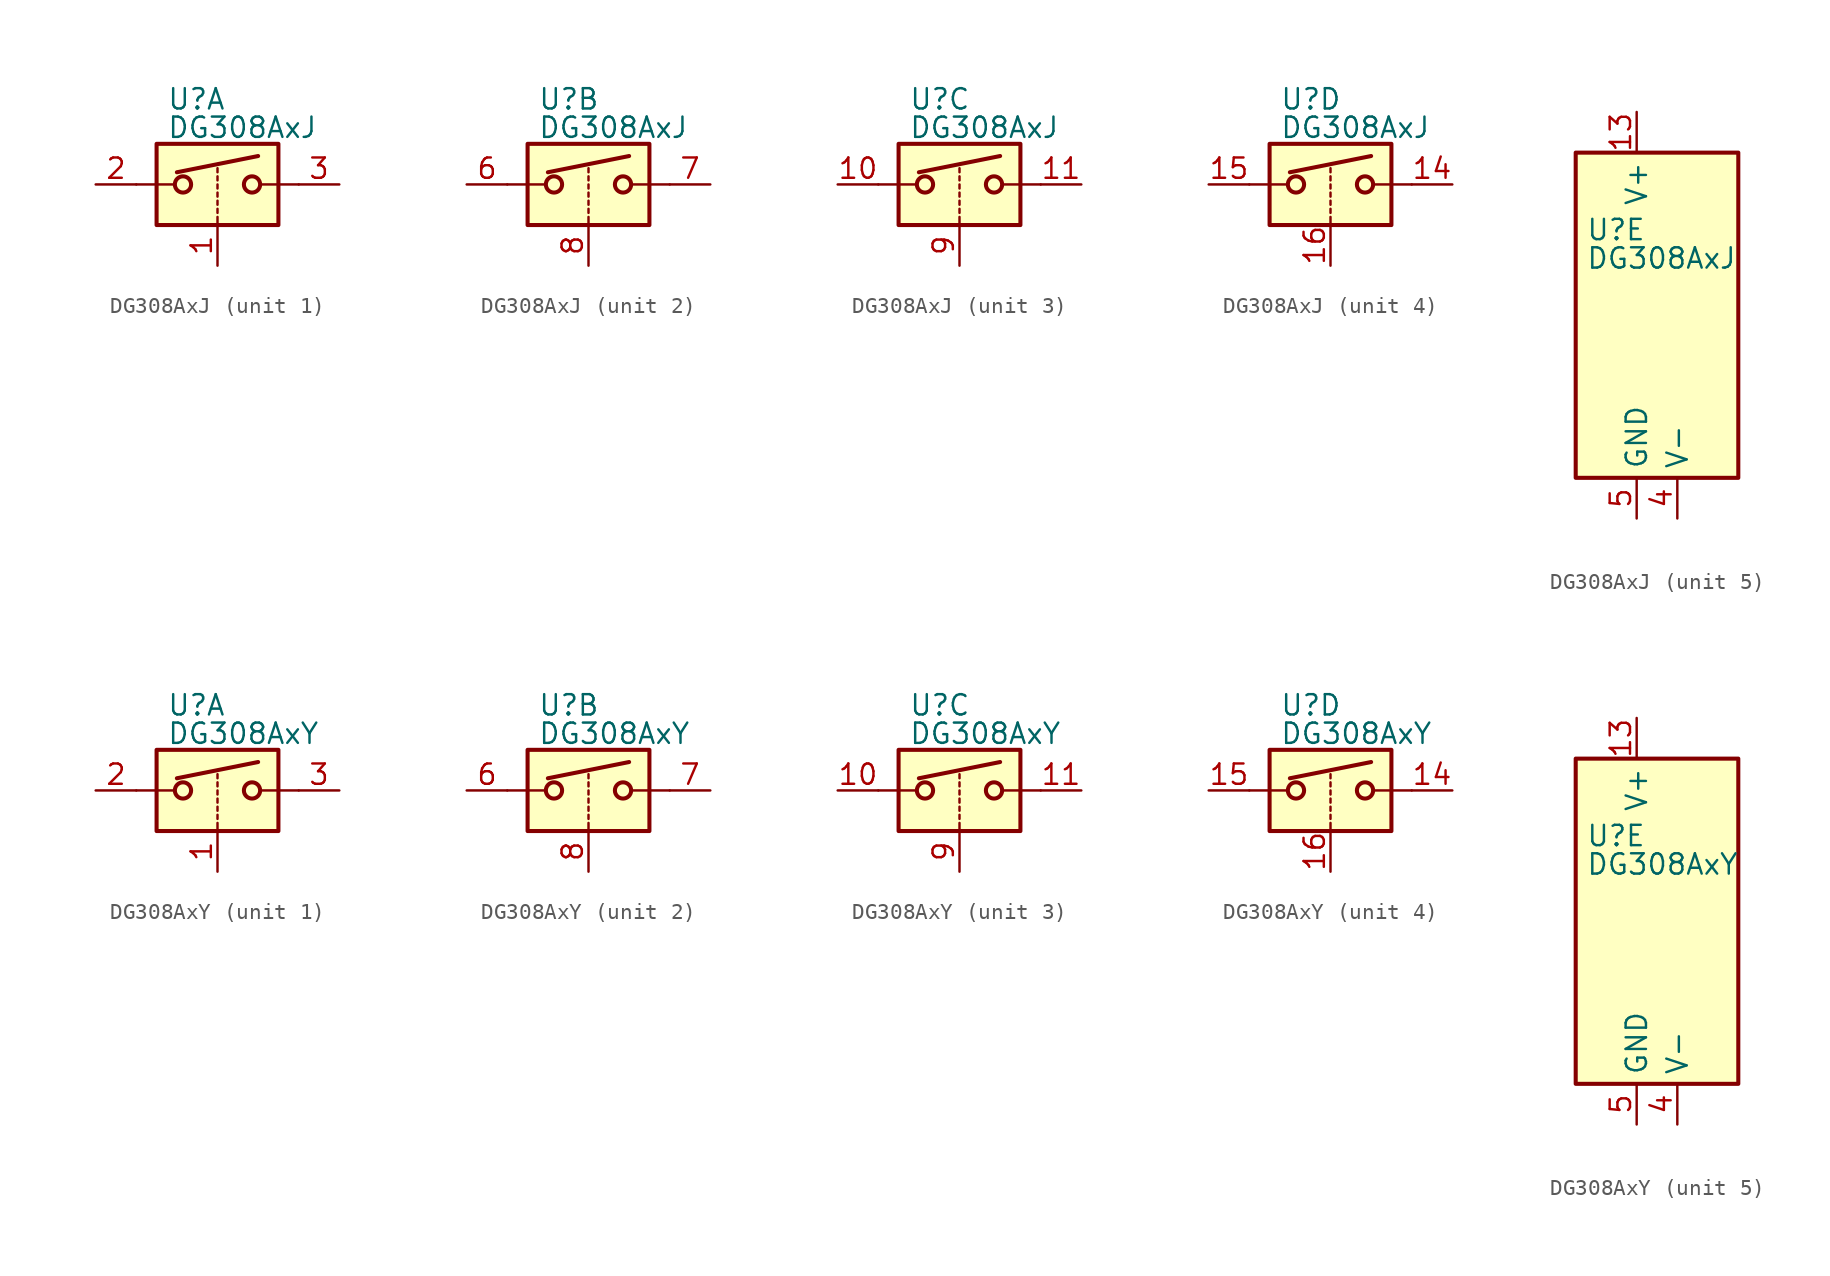
<source format=kicad_sym>
(kicad_symbol_lib
  (version 20201005)
  (generator kicad_symbol_editor)
  (symbol "DG308AxJ"
    (property "Reference" "U"
      (at -3.175 5.334 0)
      (effects (font (size 1.27 1.27)) (justify left)))
    (property "Value" "DG308AxJ"
      (at -3.175 3.556 0)
      (effects (font (size 1.27 1.27)) (justify left)))
    (symbol "DG308AxJ_1_1"
      (circle (center -2.159 0) (radius 0.508) (stroke (width 0.254)) (fill (type none)))
      (circle (center 2.159 0) (radius 0.508) (stroke (width 0.254)) (fill (type none)))
      (rectangle (start -3.81 2.54) (end 3.81 -2.54) (stroke (width 0.254)) (fill (type background)))
      (polyline (pts (xy -5.08 0) (xy -2.794 0)) (stroke (width 0)) (fill (type none)))
      (polyline (pts (xy -2.54 0.762) (xy 2.54 1.778)) (stroke (width 0.254)) (fill (type none)))
      (polyline (pts (xy 0 -2.54) (xy 0 -2.032)) (stroke (width 0)) (fill (type none)))
      (polyline (pts (xy 0 -1.778) (xy 0 -1.524)) (stroke (width 0)) (fill (type none)))
      (polyline (pts (xy 0 -1.27) (xy 0 -1.016)) (stroke (width 0)) (fill (type none)))
      (polyline (pts (xy 0 -0.762) (xy 0 -0.508)) (stroke (width 0)) (fill (type none)))
      (polyline (pts (xy 0 -0.254) (xy 0 0)) (stroke (width 0)) (fill (type none)))
      (polyline (pts (xy 0 0.254) (xy 0 0.508)) (stroke (width 0)) (fill (type none)))
      (polyline (pts (xy 0 0.762) (xy 0 1.016)) (stroke (width 0)) (fill (type none)))
      (polyline (pts (xy 5.08 0) (xy 2.794 0)) (stroke (width 0)) (fill (type none)))
      (pin input line (at 0 -5.08 90) (length 2.54) (name "~" (effects (font (size 1.27 1.27)))) (number "1" (effects (font (size 1.27 1.27)))))
      (pin passive line (at -7.62 0 0) (length 2.54) (name "~" (effects (font (size 1.27 1.27)))) (number "2" (effects (font (size 1.27 1.27)))))
      (pin passive line (at 7.62 0 180) (length 2.54) (name "~" (effects (font (size 1.27 1.27)))) (number "3" (effects (font (size 1.27 1.27))))))
    (symbol "DG308AxJ_2_1"
      (circle (center -2.159 0) (radius 0.508) (stroke (width 0.254)) (fill (type none)))
      (circle (center 2.159 0) (radius 0.508) (stroke (width 0.254)) (fill (type none)))
      (rectangle (start -3.81 2.54) (end 3.81 -2.54) (stroke (width 0.254)) (fill (type background)))
      (polyline (pts (xy -5.08 0) (xy -2.794 0)) (stroke (width 0)) (fill (type none)))
      (polyline (pts (xy -2.54 0.762) (xy 2.54 1.778)) (stroke (width 0.254)) (fill (type none)))
      (polyline (pts (xy 0 -2.54) (xy 0 -2.032)) (stroke (width 0)) (fill (type none)))
      (polyline (pts (xy 0 -1.778) (xy 0 -1.524)) (stroke (width 0)) (fill (type none)))
      (polyline (pts (xy 0 -1.27) (xy 0 -1.016)) (stroke (width 0)) (fill (type none)))
      (polyline (pts (xy 0 -0.762) (xy 0 -0.508)) (stroke (width 0)) (fill (type none)))
      (polyline (pts (xy 0 -0.254) (xy 0 0)) (stroke (width 0)) (fill (type none)))
      (polyline (pts (xy 0 0.254) (xy 0 0.508)) (stroke (width 0)) (fill (type none)))
      (polyline (pts (xy 0 0.762) (xy 0 1.016)) (stroke (width 0)) (fill (type none)))
      (polyline (pts (xy 5.08 0) (xy 2.794 0)) (stroke (width 0)) (fill (type none)))
      (pin passive line (at -7.62 0 0) (length 2.54) (name "~" (effects (font (size 1.27 1.27)))) (number "6" (effects (font (size 1.27 1.27)))))
      (pin passive line (at 7.62 0 180) (length 2.54) (name "~" (effects (font (size 1.27 1.27)))) (number "7" (effects (font (size 1.27 1.27)))))
      (pin input line (at 0 -5.08 90) (length 2.54) (name "~" (effects (font (size 1.27 1.27)))) (number "8" (effects (font (size 1.27 1.27))))))
    (symbol "DG308AxJ_3_1"
      (circle (center -2.159 0) (radius 0.508) (stroke (width 0.254)) (fill (type none)))
      (circle (center 2.159 0) (radius 0.508) (stroke (width 0.254)) (fill (type none)))
      (rectangle (start -3.81 2.54) (end 3.81 -2.54) (stroke (width 0.254)) (fill (type background)))
      (polyline (pts (xy -5.08 0) (xy -2.794 0)) (stroke (width 0)) (fill (type none)))
      (polyline (pts (xy -2.54 0.762) (xy 2.54 1.778)) (stroke (width 0.254)) (fill (type none)))
      (polyline (pts (xy 0 -2.54) (xy 0 -2.032)) (stroke (width 0)) (fill (type none)))
      (polyline (pts (xy 0 -1.778) (xy 0 -1.524)) (stroke (width 0)) (fill (type none)))
      (polyline (pts (xy 0 -1.27) (xy 0 -1.016)) (stroke (width 0)) (fill (type none)))
      (polyline (pts (xy 0 -0.762) (xy 0 -0.508)) (stroke (width 0)) (fill (type none)))
      (polyline (pts (xy 0 -0.254) (xy 0 0)) (stroke (width 0)) (fill (type none)))
      (polyline (pts (xy 0 0.254) (xy 0 0.508)) (stroke (width 0)) (fill (type none)))
      (polyline (pts (xy 0 0.762) (xy 0 1.016)) (stroke (width 0)) (fill (type none)))
      (polyline (pts (xy 5.08 0) (xy 2.794 0)) (stroke (width 0)) (fill (type none)))
      (pin passive line (at -7.62 0 0) (length 2.54) (name "~" (effects (font (size 1.27 1.27)))) (number "10" (effects (font (size 1.27 1.27)))))
      (pin passive line (at 7.62 0 180) (length 2.54) (name "~" (effects (font (size 1.27 1.27)))) (number "11" (effects (font (size 1.27 1.27)))))
      (pin input line (at 0 -5.08 90) (length 2.54) (name "~" (effects (font (size 1.27 1.27)))) (number "9" (effects (font (size 1.27 1.27))))))
    (symbol "DG308AxJ_4_1"
      (circle (center -2.159 0) (radius 0.508) (stroke (width 0.254)) (fill (type none)))
      (circle (center 2.159 0) (radius 0.508) (stroke (width 0.254)) (fill (type none)))
      (rectangle (start -3.81 2.54) (end 3.81 -2.54) (stroke (width 0.254)) (fill (type background)))
      (polyline (pts (xy -5.08 0) (xy -2.794 0)) (stroke (width 0)) (fill (type none)))
      (polyline (pts (xy -2.54 0.762) (xy 2.54 1.778)) (stroke (width 0.254)) (fill (type none)))
      (polyline (pts (xy 0 -2.54) (xy 0 -2.032)) (stroke (width 0)) (fill (type none)))
      (polyline (pts (xy 0 -1.778) (xy 0 -1.524)) (stroke (width 0)) (fill (type none)))
      (polyline (pts (xy 0 -1.27) (xy 0 -1.016)) (stroke (width 0)) (fill (type none)))
      (polyline (pts (xy 0 -0.762) (xy 0 -0.508)) (stroke (width 0)) (fill (type none)))
      (polyline (pts (xy 0 -0.254) (xy 0 0)) (stroke (width 0)) (fill (type none)))
      (polyline (pts (xy 0 0.254) (xy 0 0.508)) (stroke (width 0)) (fill (type none)))
      (polyline (pts (xy 0 0.762) (xy 0 1.016)) (stroke (width 0)) (fill (type none)))
      (polyline (pts (xy 5.08 0) (xy 2.794 0)) (stroke (width 0)) (fill (type none)))
      (pin passive line (at 7.62 0 180) (length 2.54) (name "~" (effects (font (size 1.27 1.27)))) (number "14" (effects (font (size 1.27 1.27)))))
      (pin passive line (at -7.62 0 0) (length 2.54) (name "~" (effects (font (size 1.27 1.27)))) (number "15" (effects (font (size 1.27 1.27)))))
      (pin input line (at 0 -5.08 90) (length 2.54) (name "~" (effects (font (size 1.27 1.27)))) (number "16" (effects (font (size 1.27 1.27))))))
    (symbol "DG308AxJ_5_0"
      (pin no_connect line (at 2.54 10.16 270) (length 2.54) hide (name "NC" (effects (font (size 1.27 1.27)))) (number "12" (effects (font (size 1.27 1.27)))))
      (pin power_in line (at 0 12.7 270) (length 2.54) (name "V+" (effects (font (size 1.27 1.27)))) (number "13" (effects (font (size 1.27 1.27)))))
      (pin power_in line (at 2.54 -12.7 90) (length 2.54) (name "V-" (effects (font (size 1.27 1.27)))) (number "4" (effects (font (size 1.27 1.27)))))
      (pin power_in line (at 0 -12.7 90) (length 2.54) (name "GND" (effects (font (size 1.27 1.27)))) (number "5" (effects (font (size 1.27 1.27))))))
    (symbol "DG308AxJ_5_1"
      (rectangle (start -3.81 10.16) (end 6.35 -10.16) (stroke (width 0.254)) (fill (type background)))))
  (symbol "DG308AxY"
    (property "Reference" "U"
      (at -3.175 5.334 0)
      (effects (font (size 1.27 1.27)) (justify left)))
    (property "Value" "DG308AxY"
      (at -3.175 3.556 0)
      (effects (font (size 1.27 1.27)) (justify left)))
    (symbol "DG308AxY_1_1"
      (circle (center -2.159 0) (radius 0.508) (stroke (width 0.254)) (fill (type none)))
      (circle (center 2.159 0) (radius 0.508) (stroke (width 0.254)) (fill (type none)))
      (rectangle (start -3.81 2.54) (end 3.81 -2.54) (stroke (width 0.254)) (fill (type background)))
      (polyline (pts (xy -5.08 0) (xy -2.794 0)) (stroke (width 0)) (fill (type none)))
      (polyline (pts (xy -2.54 0.762) (xy 2.54 1.778)) (stroke (width 0.254)) (fill (type none)))
      (polyline (pts (xy 0 -2.54) (xy 0 -2.032)) (stroke (width 0)) (fill (type none)))
      (polyline (pts (xy 0 -1.778) (xy 0 -1.524)) (stroke (width 0)) (fill (type none)))
      (polyline (pts (xy 0 -1.27) (xy 0 -1.016)) (stroke (width 0)) (fill (type none)))
      (polyline (pts (xy 0 -0.762) (xy 0 -0.508)) (stroke (width 0)) (fill (type none)))
      (polyline (pts (xy 0 -0.254) (xy 0 0)) (stroke (width 0)) (fill (type none)))
      (polyline (pts (xy 0 0.254) (xy 0 0.508)) (stroke (width 0)) (fill (type none)))
      (polyline (pts (xy 0 0.762) (xy 0 1.016)) (stroke (width 0)) (fill (type none)))
      (polyline (pts (xy 5.08 0) (xy 2.794 0)) (stroke (width 0)) (fill (type none)))
      (pin input line (at 0 -5.08 90) (length 2.54) (name "~" (effects (font (size 1.27 1.27)))) (number "1" (effects (font (size 1.27 1.27)))))
      (pin passive line (at -7.62 0 0) (length 2.54) (name "~" (effects (font (size 1.27 1.27)))) (number "2" (effects (font (size 1.27 1.27)))))
      (pin passive line (at 7.62 0 180) (length 2.54) (name "~" (effects (font (size 1.27 1.27)))) (number "3" (effects (font (size 1.27 1.27))))))
    (symbol "DG308AxY_2_1"
      (circle (center -2.159 0) (radius 0.508) (stroke (width 0.254)) (fill (type none)))
      (circle (center 2.159 0) (radius 0.508) (stroke (width 0.254)) (fill (type none)))
      (rectangle (start -3.81 2.54) (end 3.81 -2.54) (stroke (width 0.254)) (fill (type background)))
      (polyline (pts (xy -5.08 0) (xy -2.794 0)) (stroke (width 0)) (fill (type none)))
      (polyline (pts (xy -2.54 0.762) (xy 2.54 1.778)) (stroke (width 0.254)) (fill (type none)))
      (polyline (pts (xy 0 -2.54) (xy 0 -2.032)) (stroke (width 0)) (fill (type none)))
      (polyline (pts (xy 0 -1.778) (xy 0 -1.524)) (stroke (width 0)) (fill (type none)))
      (polyline (pts (xy 0 -1.27) (xy 0 -1.016)) (stroke (width 0)) (fill (type none)))
      (polyline (pts (xy 0 -0.762) (xy 0 -0.508)) (stroke (width 0)) (fill (type none)))
      (polyline (pts (xy 0 -0.254) (xy 0 0)) (stroke (width 0)) (fill (type none)))
      (polyline (pts (xy 0 0.254) (xy 0 0.508)) (stroke (width 0)) (fill (type none)))
      (polyline (pts (xy 0 0.762) (xy 0 1.016)) (stroke (width 0)) (fill (type none)))
      (polyline (pts (xy 5.08 0) (xy 2.794 0)) (stroke (width 0)) (fill (type none)))
      (pin passive line (at -7.62 0 0) (length 2.54) (name "~" (effects (font (size 1.27 1.27)))) (number "6" (effects (font (size 1.27 1.27)))))
      (pin passive line (at 7.62 0 180) (length 2.54) (name "~" (effects (font (size 1.27 1.27)))) (number "7" (effects (font (size 1.27 1.27)))))
      (pin input line (at 0 -5.08 90) (length 2.54) (name "~" (effects (font (size 1.27 1.27)))) (number "8" (effects (font (size 1.27 1.27))))))
    (symbol "DG308AxY_3_1"
      (circle (center -2.159 0) (radius 0.508) (stroke (width 0.254)) (fill (type none)))
      (circle (center 2.159 0) (radius 0.508) (stroke (width 0.254)) (fill (type none)))
      (rectangle (start -3.81 2.54) (end 3.81 -2.54) (stroke (width 0.254)) (fill (type background)))
      (polyline (pts (xy -5.08 0) (xy -2.794 0)) (stroke (width 0)) (fill (type none)))
      (polyline (pts (xy -2.54 0.762) (xy 2.54 1.778)) (stroke (width 0.254)) (fill (type none)))
      (polyline (pts (xy 0 -2.54) (xy 0 -2.032)) (stroke (width 0)) (fill (type none)))
      (polyline (pts (xy 0 -1.778) (xy 0 -1.524)) (stroke (width 0)) (fill (type none)))
      (polyline (pts (xy 0 -1.27) (xy 0 -1.016)) (stroke (width 0)) (fill (type none)))
      (polyline (pts (xy 0 -0.762) (xy 0 -0.508)) (stroke (width 0)) (fill (type none)))
      (polyline (pts (xy 0 -0.254) (xy 0 0)) (stroke (width 0)) (fill (type none)))
      (polyline (pts (xy 0 0.254) (xy 0 0.508)) (stroke (width 0)) (fill (type none)))
      (polyline (pts (xy 0 0.762) (xy 0 1.016)) (stroke (width 0)) (fill (type none)))
      (polyline (pts (xy 5.08 0) (xy 2.794 0)) (stroke (width 0)) (fill (type none)))
      (pin passive line (at -7.62 0 0) (length 2.54) (name "~" (effects (font (size 1.27 1.27)))) (number "10" (effects (font (size 1.27 1.27)))))
      (pin passive line (at 7.62 0 180) (length 2.54) (name "~" (effects (font (size 1.27 1.27)))) (number "11" (effects (font (size 1.27 1.27)))))
      (pin input line (at 0 -5.08 90) (length 2.54) (name "~" (effects (font (size 1.27 1.27)))) (number "9" (effects (font (size 1.27 1.27))))))
    (symbol "DG308AxY_4_1"
      (circle (center -2.159 0) (radius 0.508) (stroke (width 0.254)) (fill (type none)))
      (circle (center 2.159 0) (radius 0.508) (stroke (width 0.254)) (fill (type none)))
      (rectangle (start -3.81 2.54) (end 3.81 -2.54) (stroke (width 0.254)) (fill (type background)))
      (polyline (pts (xy -5.08 0) (xy -2.794 0)) (stroke (width 0)) (fill (type none)))
      (polyline (pts (xy -2.54 0.762) (xy 2.54 1.778)) (stroke (width 0.254)) (fill (type none)))
      (polyline (pts (xy 0 -2.54) (xy 0 -2.032)) (stroke (width 0)) (fill (type none)))
      (polyline (pts (xy 0 -1.778) (xy 0 -1.524)) (stroke (width 0)) (fill (type none)))
      (polyline (pts (xy 0 -1.27) (xy 0 -1.016)) (stroke (width 0)) (fill (type none)))
      (polyline (pts (xy 0 -0.762) (xy 0 -0.508)) (stroke (width 0)) (fill (type none)))
      (polyline (pts (xy 0 -0.254) (xy 0 0)) (stroke (width 0)) (fill (type none)))
      (polyline (pts (xy 0 0.254) (xy 0 0.508)) (stroke (width 0)) (fill (type none)))
      (polyline (pts (xy 0 0.762) (xy 0 1.016)) (stroke (width 0)) (fill (type none)))
      (polyline (pts (xy 5.08 0) (xy 2.794 0)) (stroke (width 0)) (fill (type none)))
      (pin passive line (at 7.62 0 180) (length 2.54) (name "~" (effects (font (size 1.27 1.27)))) (number "14" (effects (font (size 1.27 1.27)))))
      (pin passive line (at -7.62 0 0) (length 2.54) (name "~" (effects (font (size 1.27 1.27)))) (number "15" (effects (font (size 1.27 1.27)))))
      (pin input line (at 0 -5.08 90) (length 2.54) (name "~" (effects (font (size 1.27 1.27)))) (number "16" (effects (font (size 1.27 1.27))))))
    (symbol "DG308AxY_5_0"
      (pin no_connect line (at 2.54 10.16 270) (length 2.54) hide (name "NC" (effects (font (size 1.27 1.27)))) (number "12" (effects (font (size 1.27 1.27)))))
      (pin power_in line (at 0 12.7 270) (length 2.54) (name "V+" (effects (font (size 1.27 1.27)))) (number "13" (effects (font (size 1.27 1.27)))))
      (pin power_in line (at 2.54 -12.7 90) (length 2.54) (name "V-" (effects (font (size 1.27 1.27)))) (number "4" (effects (font (size 1.27 1.27)))))
      (pin power_in line (at 0 -12.7 90) (length 2.54) (name "GND" (effects (font (size 1.27 1.27)))) (number "5" (effects (font (size 1.27 1.27))))))
    (symbol "DG308AxY_5_1"
      (rectangle (start -3.81 10.16) (end 6.35 -10.16) (stroke (width 0.254)) (fill (type background))))))
</source>
